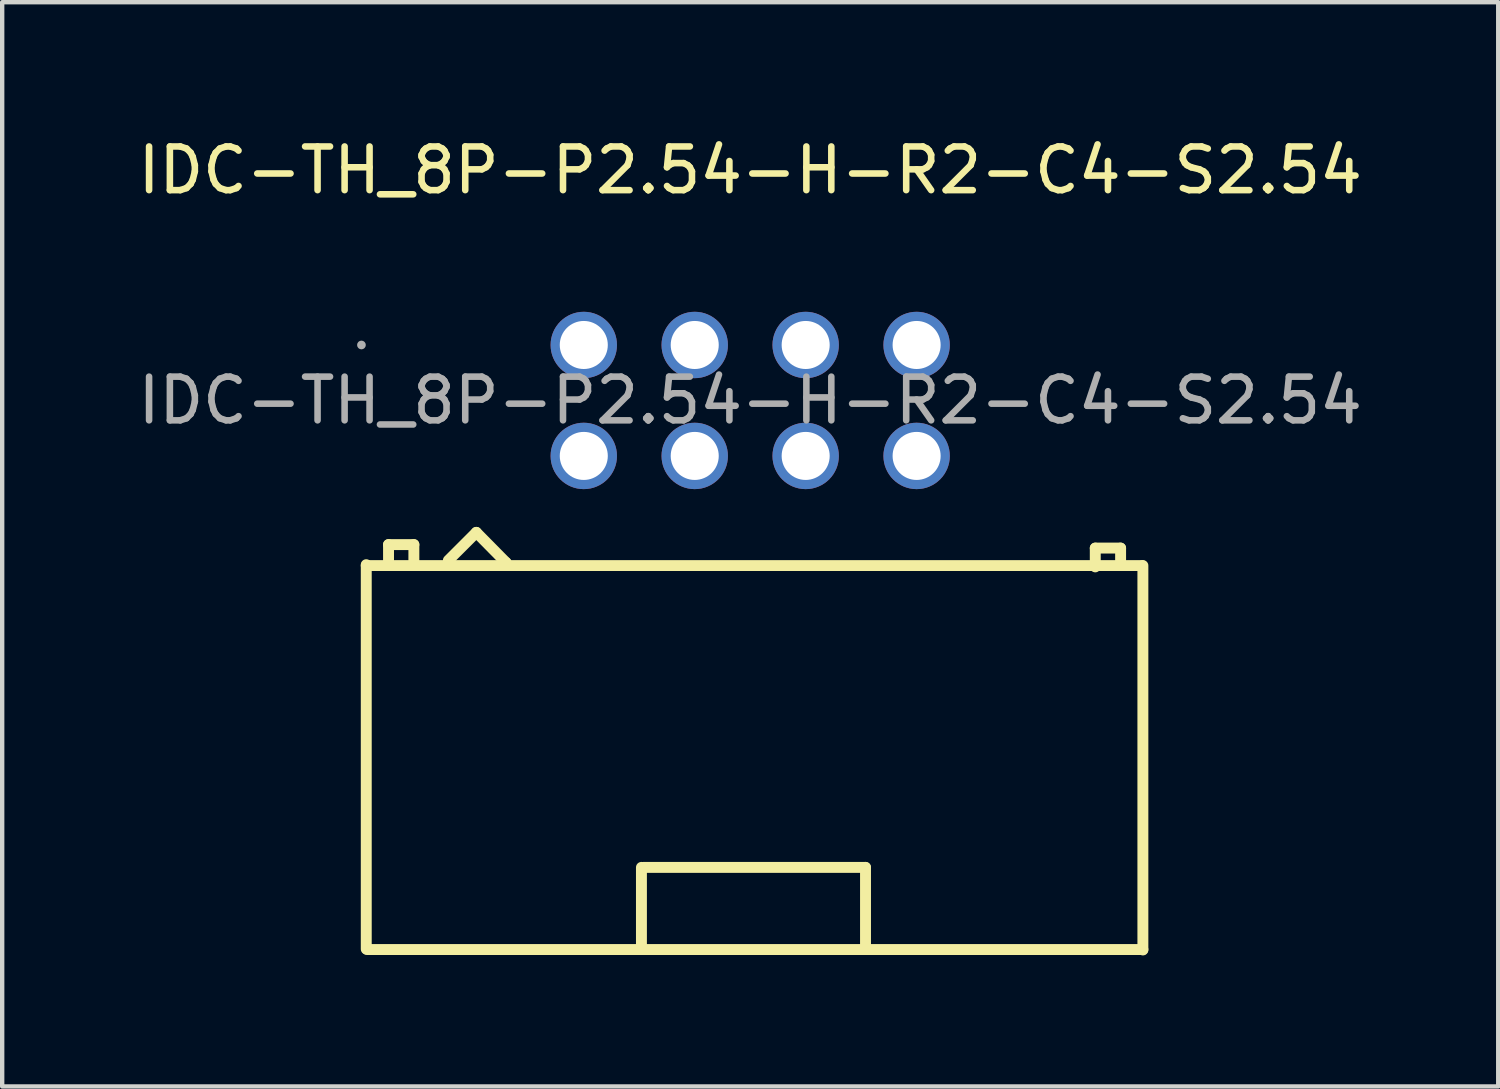
<source format=kicad_pcb>
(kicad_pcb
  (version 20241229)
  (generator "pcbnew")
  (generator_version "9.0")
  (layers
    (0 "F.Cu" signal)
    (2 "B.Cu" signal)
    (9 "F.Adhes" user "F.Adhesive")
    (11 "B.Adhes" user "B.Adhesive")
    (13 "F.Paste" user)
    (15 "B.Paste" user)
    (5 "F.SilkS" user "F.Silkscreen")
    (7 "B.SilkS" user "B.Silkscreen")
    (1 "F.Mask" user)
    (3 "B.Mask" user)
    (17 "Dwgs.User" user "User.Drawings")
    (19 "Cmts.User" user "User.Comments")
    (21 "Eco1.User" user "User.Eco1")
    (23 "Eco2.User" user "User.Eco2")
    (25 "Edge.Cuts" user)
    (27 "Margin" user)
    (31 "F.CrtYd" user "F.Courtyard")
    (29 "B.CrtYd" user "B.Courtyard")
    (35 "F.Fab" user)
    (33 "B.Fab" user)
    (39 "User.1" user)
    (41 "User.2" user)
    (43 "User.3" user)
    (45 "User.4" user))
  (footprint "IDC-TH_8P-P2.54-H-R2-C4-S2.54"
    (layer "F.Cu")
    (at 14.125 6.118)
    (property "Reference" "IDC-TH_8P-P2.54-H-R2-C4-S2.54" (at 0 -5.27 0) (layer "F.SilkS") (effects (font (size 1 1) (thickness 0.15))))
    (attr through_hole)
    (fp_line (start -8.79 3.76) (end -8.79 12.56) (stroke (width 0.25) (type solid)) (layer "F.SilkS"))
    (fp_line (start -8.79 3.78) (end 8.97 3.78) (stroke (width 0.25) (type solid)) (layer "F.SilkS"))
    (fp_line (start -8.77 12.57) (end 8.99 12.57) (stroke (width 0.25) (type solid)) (layer "F.SilkS"))
    (fp_line (start -8.28 3.3) (end -7.7 3.3) (stroke (width 0.25) (type solid)) (layer "F.SilkS"))
    (fp_line (start -8.28 3.73) (end -8.28 3.3) (stroke (width 0.25) (type solid)) (layer "F.SilkS"))
    (fp_line (start -7.7 3.3) (end -7.7 3.71) (stroke (width 0.25) (type solid)) (layer "F.SilkS"))
    (fp_line (start -6.91 3.66) (end -6.27 3.02) (stroke (width 0.25) (type solid)) (layer "F.SilkS"))
    (fp_line (start -6.27 3.02) (end -5.59 3.71) (stroke (width 0.25) (type solid)) (layer "F.SilkS"))
    (fp_line (start -5.59 3.71) (end -5.59 3.73) (stroke (width 0.25) (type solid)) (layer "F.SilkS"))
    (fp_line (start -2.49 10.69) (end -2.49 12.5) (stroke (width 0.25) (type solid)) (layer "F.SilkS"))
    (fp_line (start -2.49 12.5) (end -2.51 12.52) (stroke (width 0.25) (type solid)) (layer "F.SilkS"))
    (fp_line (start -2.44 10.69) (end 2.64 10.69) (stroke (width 0.25) (type solid)) (layer "F.SilkS"))
    (fp_line (start 2.64 10.69) (end 2.64 12.52) (stroke (width 0.25) (type solid)) (layer "F.SilkS"))
    (fp_line (start 2.64 12.52) (end 2.67 12.55) (stroke (width 0.25) (type solid)) (layer "F.SilkS"))
    (fp_line (start 7.9 3.38) (end 8.48 3.38) (stroke (width 0.25) (type solid)) (layer "F.SilkS"))
    (fp_line (start 7.9 3.81) (end 7.9 3.38) (stroke (width 0.25) (type solid)) (layer "F.SilkS"))
    (fp_line (start 8.48 3.38) (end 8.48 3.78) (stroke (width 0.25) (type solid)) (layer "F.SilkS"))
    (fp_line (start 8.99 3.78) (end 8.99 12.58) (stroke (width 0.25) (type solid)) (layer "F.SilkS"))
    (fp_circle (center -8.9 -1.27) (end -8.85 -1.27) (stroke (width 0.1) (type solid)) (fill no) (layer "F.Fab"))
    (fp_text user "${REFERENCE}" (at 0 0 0) (layer "F.Fab") (effects (font (size 1 1) (thickness 0.15))))
    (pad "1" thru_hole circle (at -3.81 1.27) (size 1.52 1.52) (drill 1.1) (layers "*.Cu" "*.Paste" "*.Mask"))
    (pad "2" thru_hole circle (at -3.81 -1.27) (size 1.52 1.52) (drill 1.1) (layers "*.Cu" "*.Paste" "*.Mask"))
    (pad "3" thru_hole circle (at -1.27 1.27) (size 1.52 1.52) (drill 1.1) (layers "*.Cu" "*.Paste" "*.Mask"))
    (pad "4" thru_hole circle (at -1.27 -1.27) (size 1.52 1.52) (drill 1.1) (layers "*.Cu" "*.Paste" "*.Mask"))
    (pad "5" thru_hole circle (at 1.27 1.27) (size 1.52 1.52) (drill 1.1) (layers "*.Cu" "*.Paste" "*.Mask"))
    (pad "6" thru_hole circle (at 1.27 -1.27) (size 1.52 1.52) (drill 1.1) (layers "*.Cu" "*.Paste" "*.Mask"))
    (pad "7" thru_hole circle (at 3.81 1.27) (size 1.52 1.52) (drill 1.1) (layers "*.Cu" "*.Paste" "*.Mask"))
    (pad "8" thru_hole circle (at 3.81 -1.27) (size 1.52 1.52) (drill 1.1) (layers "*.Cu" "*.Paste" "*.Mask")))
  (gr_rect
    (start -3 -3)
    (end 31.25 21.823)
    (stroke (width 0.1) (type default))
    (fill no)
    (layer "Edge.Cuts")))
</source>
